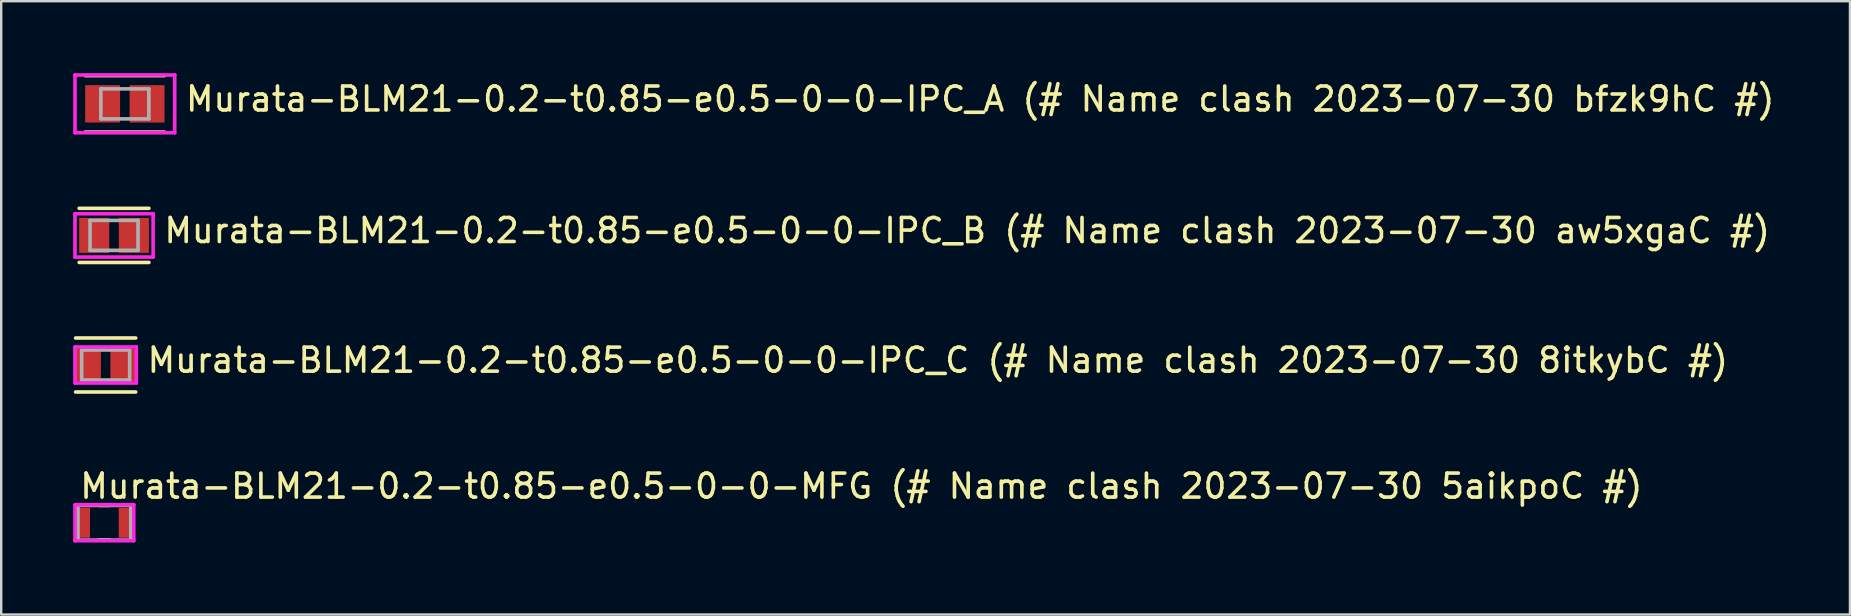
<source format=kicad_pcb>
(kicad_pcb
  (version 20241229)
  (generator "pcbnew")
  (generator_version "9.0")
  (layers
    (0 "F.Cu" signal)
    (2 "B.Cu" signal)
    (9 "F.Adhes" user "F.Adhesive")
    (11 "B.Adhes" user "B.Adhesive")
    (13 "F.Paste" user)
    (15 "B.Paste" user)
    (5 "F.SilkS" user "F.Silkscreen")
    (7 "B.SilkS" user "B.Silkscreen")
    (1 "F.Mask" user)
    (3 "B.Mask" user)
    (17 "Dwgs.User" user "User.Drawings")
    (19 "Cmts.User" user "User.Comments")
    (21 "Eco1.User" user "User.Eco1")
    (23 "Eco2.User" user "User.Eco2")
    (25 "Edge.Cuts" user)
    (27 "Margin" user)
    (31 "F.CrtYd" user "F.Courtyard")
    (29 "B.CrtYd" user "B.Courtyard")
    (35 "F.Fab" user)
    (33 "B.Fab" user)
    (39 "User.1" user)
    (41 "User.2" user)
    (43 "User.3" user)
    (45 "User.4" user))
  (footprint "Murata-BLM21-0.2-t0.85-e0.5-0-0-IPC_B (# Name clash 2023-07-30 aw5xgaC #)"
    (layer "F.Cu")
    (at 1.703 6.759)
    (property "Reference" "Murata-BLM21-0.2-t0.85-e0.5-0-0-IPC_B (# Name clash 2023-07-30 aw5xgaC #)" (at 2.003 -0.2 0) (layer "F.SilkS") (effects (font (size 1 1) (thickness 0.15)) (justify left)))
    (attr through_hole)
    (fp_line (start -1.453 -1.128) (end 1.453 -1.128) (stroke (width 0.15) (type solid)) (layer "F.SilkS"))
    (fp_line (start -1.453 1.128) (end 1.453 1.128) (stroke (width 0.15) (type solid)) (layer "F.SilkS"))
    (fp_line (start -1.628 -0.903) (end -1.628 0.903) (stroke (width 0.15) (type solid)) (layer "F.CrtYd"))
    (fp_line (start -1.628 0.903) (end 1.628 0.903) (stroke (width 0.15) (type solid)) (layer "F.CrtYd"))
    (fp_line (start 1.628 -0.903) (end -1.628 -0.903) (stroke (width 0.15) (type solid)) (layer "F.CrtYd"))
    (fp_line (start 1.628 -0.903) (end 1.628 -0.903) (stroke (width 0.15) (type solid)) (layer "F.CrtYd"))
    (fp_line (start 1.628 0.903) (end 1.628 -0.903) (stroke (width 0.15) (type solid)) (layer "F.CrtYd"))
    (fp_line (start -1 -0.625) (end 1 -0.625) (stroke (width 0.15) (type solid)) (layer "F.Fab"))
    (fp_line (start -1 0.625) (end -1 -0.625) (stroke (width 0.15) (type solid)) (layer "F.Fab"))
    (fp_line (start 1 -0.625) (end 1 0.625) (stroke (width 0.15) (type solid)) (layer "F.Fab"))
    (fp_line (start 1 0.625) (end -1 0.625) (stroke (width 0.15) (type solid)) (layer "F.Fab"))
    (pad "1" smd rect (at -0.826 0.000001) (size 1.255 1.456) (layers "F.Cu" "F.Mask" "F.Paste"))
    (pad "2" smd rect (at 0.826 0.000001) (size 1.255 1.456) (layers "F.Cu" "F.Mask" "F.Paste")))
  (footprint "Murata-BLM21-0.2-t0.85-e0.5-0-0-IPC_C (# Name clash 2023-07-30 8itkybC #)"
    (layer "F.Cu")
    (at 1.353 12.162)
    (property "Reference" "Murata-BLM21-0.2-t0.85-e0.5-0-0-IPC_C (# Name clash 2023-07-30 8itkybC #)" (at 1.653 -0.2 0) (layer "F.SilkS") (effects (font (size 1 1) (thickness 0.15)) (justify left)))
    (attr through_hole)
    (fp_line (start -1.253 -1.125) (end 1.253 -1.125) (stroke (width 0.15) (type solid)) (layer "F.SilkS"))
    (fp_line (start -1.253 1.125) (end 1.253 1.125) (stroke (width 0.15) (type solid)) (layer "F.SilkS"))
    (fp_line (start -1.278 -0.75) (end -1.278 0.75) (stroke (width 0.15) (type solid)) (layer "F.CrtYd"))
    (fp_line (start -1.278 0.75) (end 1.278 0.75) (stroke (width 0.15) (type solid)) (layer "F.CrtYd"))
    (fp_line (start 1.278 -0.75) (end -1.278 -0.75) (stroke (width 0.15) (type solid)) (layer "F.CrtYd"))
    (fp_line (start 1.278 -0.75) (end 1.278 -0.75) (stroke (width 0.15) (type solid)) (layer "F.CrtYd"))
    (fp_line (start 1.278 0.75) (end 1.278 -0.75) (stroke (width 0.15) (type solid)) (layer "F.CrtYd"))
    (fp_line (start -1 -0.625) (end 1 -0.625) (stroke (width 0.15) (type solid)) (layer "F.Fab"))
    (fp_line (start -1 0.625) (end -1 -0.625) (stroke (width 0.15) (type solid)) (layer "F.Fab"))
    (fp_line (start 1 -0.625) (end 1 0.625) (stroke (width 0.15) (type solid)) (layer "F.Fab"))
    (fp_line (start 1 0.625) (end -1 0.625) (stroke (width 0.15) (type solid)) (layer "F.Fab"))
    (pad "1" smd rect (at -0.726 0.000001) (size 1.055 1.356) (layers "F.Cu" "F.Mask" "F.Paste"))
    (pad "2" smd rect (at 0.726 0.000001) (size 1.055 1.356) (layers "F.Cu" "F.Mask" "F.Paste")))
  (footprint "Murata-BLM21-0.2-t0.85-e0.5-0-0-IPC_A (# Name clash 2023-07-30 bfzk9hC #)"
    (layer "F.Cu")
    (at 2.153 1.278)
    (property "Reference" "Murata-BLM21-0.2-t0.85-e0.5-0-0-IPC_A (# Name clash 2023-07-30 bfzk9hC #)" (at 2.453 -0.2 0) (layer "F.SilkS") (effects (font (size 1 1) (thickness 0.15)) (justify left)))
    (attr through_hole)
    (fp_line (start -1.653 -1.178) (end 1.653 -1.178) (stroke (width 0.15) (type solid)) (layer "F.SilkS"))
    (fp_line (start -1.653 1.178) (end 1.653 1.178) (stroke (width 0.15) (type solid)) (layer "F.SilkS"))
    (fp_line (start -2.078 -1.203) (end -2.078 1.203) (stroke (width 0.15) (type solid)) (layer "F.CrtYd"))
    (fp_line (start -2.078 1.203) (end 2.078 1.203) (stroke (width 0.15) (type solid)) (layer "F.CrtYd"))
    (fp_line (start 2.078 -1.203) (end -2.078 -1.203) (stroke (width 0.15) (type solid)) (layer "F.CrtYd"))
    (fp_line (start 2.078 -1.203) (end 2.078 -1.203) (stroke (width 0.15) (type solid)) (layer "F.CrtYd"))
    (fp_line (start 2.078 1.203) (end 2.078 -1.203) (stroke (width 0.15) (type solid)) (layer "F.CrtYd"))
    (fp_line (start -1 -0.625) (end 1 -0.625) (stroke (width 0.15) (type solid)) (layer "F.Fab"))
    (fp_line (start -1 0.625) (end -1 -0.625) (stroke (width 0.15) (type solid)) (layer "F.Fab"))
    (fp_line (start 1 -0.625) (end 1 0.625) (stroke (width 0.15) (type solid)) (layer "F.Fab"))
    (fp_line (start 1 0.625) (end -1 0.625) (stroke (width 0.15) (type solid)) (layer "F.Fab"))
    (pad "1" smd rect (at -0.926 0.000001) (size 1.455 1.556) (layers "F.Cu" "F.Mask" "F.Paste"))
    (pad "2" smd rect (at 0.926 0.000001) (size 1.455 1.556) (layers "F.Cu" "F.Mask" "F.Paste")))
  (footprint "Murata-BLM21-0.2-t0.85-e0.5-0-0-MFG (# Name clash 2023-07-30 5aikpoC #)"
    (layer "F.Cu")
    (at 1.3 18.736)
    (property "Reference" "Murata-BLM21-0.2-t0.85-e0.5-0-0-MFG (# Name clash 2023-07-30 5aikpoC #)" (at -1.1 -1.525 0) (layer "F.SilkS") (effects (font (size 1 1) (thickness 0.15)) (justify left)))
    (attr through_hole)
    (fp_line (start -0.225 -0.725) (end 0.225 -0.725) (stroke (width 0.15) (type solid)) (layer "F.SilkS"))
    (fp_line (start -0.225 0.725) (end 0.225 0.725) (stroke (width 0.15) (type solid)) (layer "F.SilkS"))
    (fp_line (start -1.225 -0.75) (end -1.225 0.75) (stroke (width 0.15) (type solid)) (layer "F.CrtYd"))
    (fp_line (start -1.225 0.75) (end 1.225 0.75) (stroke (width 0.15) (type solid)) (layer "F.CrtYd"))
    (fp_line (start 1.225 -0.75) (end -1.225 -0.75) (stroke (width 0.15) (type solid)) (layer "F.CrtYd"))
    (fp_line (start 1.225 -0.75) (end 1.225 -0.75) (stroke (width 0.15) (type solid)) (layer "F.CrtYd"))
    (fp_line (start 1.225 0.75) (end 1.225 -0.75) (stroke (width 0.15) (type solid)) (layer "F.CrtYd"))
    (fp_line (start -1.1 -0.725) (end 1.1 -0.725) (stroke (width 0.15) (type solid)) (layer "F.Fab"))
    (fp_line (start -1.1 0.725) (end -1.1 -0.725) (stroke (width 0.15) (type solid)) (layer "F.Fab"))
    (fp_line (start 1.1 -0.725) (end 1.1 0.725) (stroke (width 0.15) (type solid)) (layer "F.Fab"))
    (fp_line (start 1.1 0.725) (end -1.1 0.725) (stroke (width 0.15) (type solid)) (layer "F.Fab"))
    (pad "1" smd rect (at -0.9 0) (size 0.6 1.25) (layers "F.Cu" "F.Mask" "F.Paste"))
    (pad "2" smd rect (at 0.9 0) (size 0.6 1.25) (layers "F.Cu" "F.Mask" "F.Paste")))
  (gr_rect
    (start -3 -3)
    (end 74.047 22.561)
    (stroke (width 0.1) (type default))
    (fill no)
    (layer "Edge.Cuts")))
</source>
